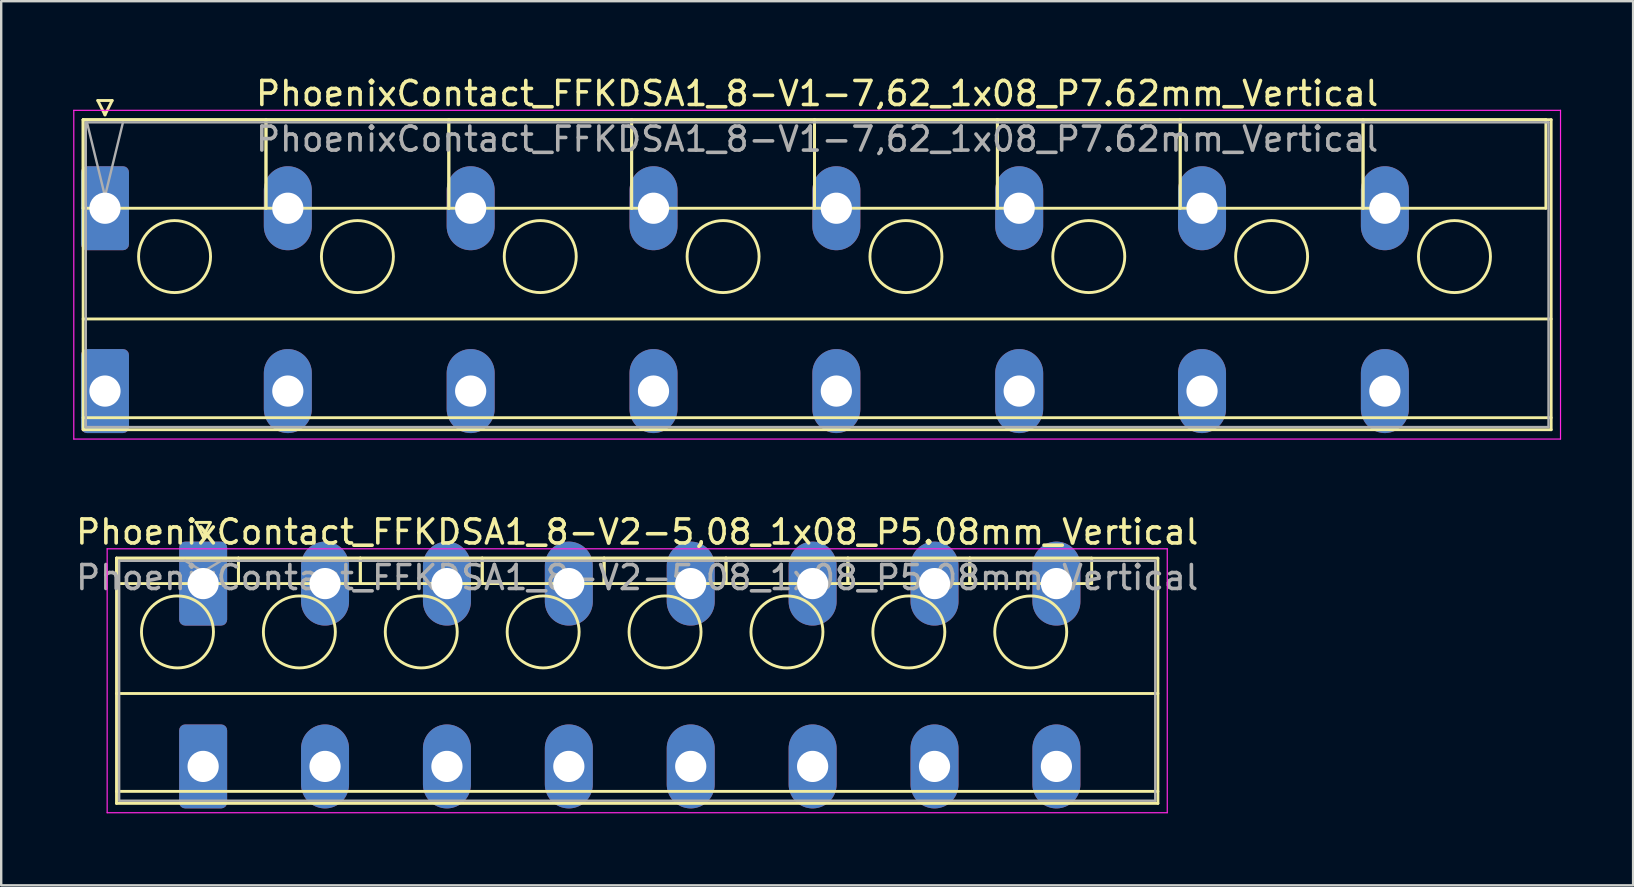
<source format=kicad_pcb>
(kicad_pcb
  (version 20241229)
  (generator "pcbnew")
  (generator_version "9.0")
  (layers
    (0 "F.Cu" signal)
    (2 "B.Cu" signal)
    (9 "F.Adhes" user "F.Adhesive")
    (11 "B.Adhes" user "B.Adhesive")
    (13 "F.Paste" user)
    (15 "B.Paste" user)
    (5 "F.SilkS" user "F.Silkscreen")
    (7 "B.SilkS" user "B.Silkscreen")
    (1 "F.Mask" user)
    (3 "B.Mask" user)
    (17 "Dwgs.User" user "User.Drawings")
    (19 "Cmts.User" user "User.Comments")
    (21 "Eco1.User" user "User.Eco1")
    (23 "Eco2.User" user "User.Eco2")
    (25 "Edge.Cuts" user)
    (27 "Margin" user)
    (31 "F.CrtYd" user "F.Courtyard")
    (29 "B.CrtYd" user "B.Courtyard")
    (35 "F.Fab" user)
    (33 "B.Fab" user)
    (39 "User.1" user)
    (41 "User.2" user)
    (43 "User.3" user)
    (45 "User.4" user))
  (footprint "PhoenixContact_FFKDSA1_8-V1-7,62_1x08_P7.62mm_Vertical"
    (layer "F.Cu")
    (at 1.325 5.628)
    (property "Reference" "PhoenixContact_FFKDSA1_8-V1-7,62_1x08_P7.62mm_Vertical" (at 29.68 -4.78 0) (layer "F.SilkS") (effects (font (size 1 1) (thickness 0.15))))
    (attr through_hole)
    (fp_line (start -0.91 -3.69) (end -0.91 0) (stroke (width 0.12) (type solid)) (layer "F.SilkS"))
    (fp_line (start -0.91 -3.69) (end -0.91 9.23) (stroke (width 0.12) (type solid)) (layer "F.SilkS"))
    (fp_line (start -0.91 0) (end 6.71 0) (stroke (width 0.12) (type solid)) (layer "F.SilkS"))
    (fp_line (start -0.91 4.615) (end 60.27 4.615) (stroke (width 0.12) (type solid)) (layer "F.SilkS"))
    (fp_line (start -0.91 8.73) (end 60.27 8.73) (stroke (width 0.12) (type solid)) (layer "F.SilkS"))
    (fp_line (start -0.91 9.23) (end 60.27 9.23) (stroke (width 0.12) (type solid)) (layer "F.SilkS"))
    (fp_line (start -0.3 -4.49) (end 0.3 -4.49) (stroke (width 0.12) (type solid)) (layer "F.SilkS"))
    (fp_line (start 0 -3.89) (end -0.3 -4.49) (stroke (width 0.12) (type solid)) (layer "F.SilkS"))
    (fp_line (start 0.3 -4.49) (end 0 -3.89) (stroke (width 0.12) (type solid)) (layer "F.SilkS"))
    (fp_line (start 6.71 -3.69) (end -0.91 -3.69) (stroke (width 0.12) (type solid)) (layer "F.SilkS"))
    (fp_line (start 6.71 -3.69) (end 6.71 0) (stroke (width 0.12) (type solid)) (layer "F.SilkS"))
    (fp_line (start 6.71 0) (end 6.71 -3.69) (stroke (width 0.12) (type solid)) (layer "F.SilkS"))
    (fp_line (start 6.71 0) (end 14.33 0) (stroke (width 0.12) (type solid)) (layer "F.SilkS"))
    (fp_line (start 14.33 -3.69) (end 6.71 -3.69) (stroke (width 0.12) (type solid)) (layer "F.SilkS"))
    (fp_line (start 14.33 -3.69) (end 14.33 0) (stroke (width 0.12) (type solid)) (layer "F.SilkS"))
    (fp_line (start 14.33 0) (end 14.33 -3.69) (stroke (width 0.12) (type solid)) (layer "F.SilkS"))
    (fp_line (start 14.33 0) (end 21.95 0) (stroke (width 0.12) (type solid)) (layer "F.SilkS"))
    (fp_line (start 21.95 -3.69) (end 14.33 -3.69) (stroke (width 0.12) (type solid)) (layer "F.SilkS"))
    (fp_line (start 21.95 -3.69) (end 21.95 0) (stroke (width 0.12) (type solid)) (layer "F.SilkS"))
    (fp_line (start 21.95 0) (end 21.95 -3.69) (stroke (width 0.12) (type solid)) (layer "F.SilkS"))
    (fp_line (start 21.95 0) (end 29.57 0) (stroke (width 0.12) (type solid)) (layer "F.SilkS"))
    (fp_line (start 29.57 -3.69) (end 21.95 -3.69) (stroke (width 0.12) (type solid)) (layer "F.SilkS"))
    (fp_line (start 29.57 -3.69) (end 29.57 0) (stroke (width 0.12) (type solid)) (layer "F.SilkS"))
    (fp_line (start 29.57 0) (end 29.57 -3.69) (stroke (width 0.12) (type solid)) (layer "F.SilkS"))
    (fp_line (start 29.57 0) (end 37.19 0) (stroke (width 0.12) (type solid)) (layer "F.SilkS"))
    (fp_line (start 37.19 -3.69) (end 29.57 -3.69) (stroke (width 0.12) (type solid)) (layer "F.SilkS"))
    (fp_line (start 37.19 -3.69) (end 37.19 0) (stroke (width 0.12) (type solid)) (layer "F.SilkS"))
    (fp_line (start 37.19 0) (end 37.19 -3.69) (stroke (width 0.12) (type solid)) (layer "F.SilkS"))
    (fp_line (start 37.19 0) (end 44.81 0) (stroke (width 0.12) (type solid)) (layer "F.SilkS"))
    (fp_line (start 44.81 -3.69) (end 37.19 -3.69) (stroke (width 0.12) (type solid)) (layer "F.SilkS"))
    (fp_line (start 44.81 -3.69) (end 44.81 0) (stroke (width 0.12) (type solid)) (layer "F.SilkS"))
    (fp_line (start 44.81 0) (end 44.81 -3.69) (stroke (width 0.12) (type solid)) (layer "F.SilkS"))
    (fp_line (start 44.81 0) (end 52.43 0) (stroke (width 0.12) (type solid)) (layer "F.SilkS"))
    (fp_line (start 52.43 -3.69) (end 44.81 -3.69) (stroke (width 0.12) (type solid)) (layer "F.SilkS"))
    (fp_line (start 52.43 -3.69) (end 52.43 0) (stroke (width 0.12) (type solid)) (layer "F.SilkS"))
    (fp_line (start 52.43 0) (end 52.43 -3.69) (stroke (width 0.12) (type solid)) (layer "F.SilkS"))
    (fp_line (start 52.43 0) (end 60.05 0) (stroke (width 0.12) (type solid)) (layer "F.SilkS"))
    (fp_line (start 60.05 -3.69) (end 52.43 -3.69) (stroke (width 0.12) (type solid)) (layer "F.SilkS"))
    (fp_line (start 60.05 0) (end 60.05 -3.69) (stroke (width 0.12) (type solid)) (layer "F.SilkS"))
    (fp_line (start 60.27 -3.69) (end -0.91 -3.69) (stroke (width 0.12) (type solid)) (layer "F.SilkS"))
    (fp_line (start 60.27 9.23) (end 60.27 -3.69) (stroke (width 0.12) (type solid)) (layer "F.SilkS"))
    (fp_circle (center 2.9 2.015) (end 4.4 2.015) (stroke (width 0.12) (type solid)) (fill no) (layer "F.SilkS"))
    (fp_circle (center 10.52 2.015) (end 12.02 2.015) (stroke (width 0.12) (type solid)) (fill no) (layer "F.SilkS"))
    (fp_circle (center 18.14 2.015) (end 19.64 2.015) (stroke (width 0.12) (type solid)) (fill no) (layer "F.SilkS"))
    (fp_circle (center 25.76 2.015) (end 27.26 2.015) (stroke (width 0.12) (type solid)) (fill no) (layer "F.SilkS"))
    (fp_circle (center 33.38 2.015) (end 34.88 2.015) (stroke (width 0.12) (type solid)) (fill no) (layer "F.SilkS"))
    (fp_circle (center 41 2.015) (end 42.5 2.015) (stroke (width 0.12) (type solid)) (fill no) (layer "F.SilkS"))
    (fp_circle (center 48.62 2.015) (end 50.12 2.015) (stroke (width 0.12) (type solid)) (fill no) (layer "F.SilkS"))
    (fp_circle (center 56.24 2.015) (end 57.74 2.015) (stroke (width 0.12) (type solid)) (fill no) (layer "F.SilkS"))
    (fp_line (start -1.3 -4.08) (end -1.3 9.62) (stroke (width 0.05) (type solid)) (layer "F.CrtYd"))
    (fp_line (start -1.3 9.62) (end 60.66 9.62) (stroke (width 0.05) (type solid)) (layer "F.CrtYd"))
    (fp_line (start 60.66 -4.08) (end -1.3 -4.08) (stroke (width 0.05) (type solid)) (layer "F.CrtYd"))
    (fp_line (start 60.66 9.62) (end 60.66 -4.08) (stroke (width 0.05) (type solid)) (layer "F.CrtYd"))
    (fp_line (start -0.8 -3.58) (end -0.8 9.12) (stroke (width 0.1) (type solid)) (layer "F.Fab"))
    (fp_line (start -0.8 9.12) (end 60.16 9.12) (stroke (width 0.1) (type solid)) (layer "F.Fab"))
    (fp_line (start 0 -0.5) (end -0.75 -3.58) (stroke (width 0.1) (type solid)) (layer "F.Fab"))
    (fp_line (start 0.75 -3.58) (end 0 -0.5) (stroke (width 0.1) (type solid)) (layer "F.Fab"))
    (fp_line (start 60.16 -3.58) (end -0.8 -3.58) (stroke (width 0.1) (type solid)) (layer "F.Fab"))
    (fp_line (start 60.16 9.12) (end 60.16 -3.58) (stroke (width 0.1) (type solid)) (layer "F.Fab"))
    (fp_text user "${REFERENCE}" (at 29.68 -2.88 0) (layer "F.Fab") (effects (font (size 1 1) (thickness 0.15))))
    (pad "1" thru_hole roundrect (at 0 0) (size 2 3.5) (drill 1.3) (layers "*.Cu" "*.Mask") (roundrect_rratio 0.125))
    (pad "1" thru_hole roundrect (at 0 7.62) (size 2 3.5) (drill 1.3) (layers "*.Cu" "*.Mask") (roundrect_rratio 0.125))
    (pad "2" thru_hole oval (at 7.62 0) (size 2 3.5) (drill 1.3) (layers "*.Cu" "*.Mask"))
    (pad "2" thru_hole oval (at 7.62 7.62) (size 2 3.5) (drill 1.3) (layers "*.Cu" "*.Mask"))
    (pad "3" thru_hole oval (at 15.24 0) (size 2 3.5) (drill 1.3) (layers "*.Cu" "*.Mask"))
    (pad "3" thru_hole oval (at 15.24 7.62) (size 2 3.5) (drill 1.3) (layers "*.Cu" "*.Mask"))
    (pad "4" thru_hole oval (at 22.86 0) (size 2 3.5) (drill 1.3) (layers "*.Cu" "*.Mask"))
    (pad "4" thru_hole oval (at 22.86 7.62) (size 2 3.5) (drill 1.3) (layers "*.Cu" "*.Mask"))
    (pad "5" thru_hole oval (at 30.48 0) (size 2 3.5) (drill 1.3) (layers "*.Cu" "*.Mask"))
    (pad "5" thru_hole oval (at 30.48 7.62) (size 2 3.5) (drill 1.3) (layers "*.Cu" "*.Mask"))
    (pad "6" thru_hole oval (at 38.1 0) (size 2 3.5) (drill 1.3) (layers "*.Cu" "*.Mask"))
    (pad "6" thru_hole oval (at 38.1 7.62) (size 2 3.5) (drill 1.3) (layers "*.Cu" "*.Mask"))
    (pad "7" thru_hole oval (at 45.72 0) (size 2 3.5) (drill 1.3) (layers "*.Cu" "*.Mask"))
    (pad "7" thru_hole oval (at 45.72 7.62) (size 2 3.5) (drill 1.3) (layers "*.Cu" "*.Mask"))
    (pad "8" thru_hole oval (at 53.34 0) (size 2 3.5) (drill 1.3) (layers "*.Cu" "*.Mask"))
    (pad "8" thru_hole oval (at 53.34 7.62) (size 2 3.5) (drill 1.3) (layers "*.Cu" "*.Mask")))
  (footprint "PhoenixContact_FFKDSA1_8-V2-5,08_1x08_P5.08mm_Vertical"
    (layer "F.Cu")
    (at 5.416 21.271)
    (property "Reference" "PhoenixContact_FFKDSA1_8-V2-5,08_1x08_P5.08mm_Vertical" (at 18.09 -2.15 0) (layer "F.SilkS") (effects (font (size 1 1) (thickness 0.15))))
    (attr through_hole)
    (fp_line (start -3.61 -1.06) (end -3.61 0) (stroke (width 0.12) (type solid)) (layer "F.SilkS"))
    (fp_line (start -3.61 -1.06) (end -3.61 9.16) (stroke (width 0.12) (type solid)) (layer "F.SilkS"))
    (fp_line (start -3.61 0) (end 1.47 0) (stroke (width 0.12) (type solid)) (layer "F.SilkS"))
    (fp_line (start -3.61 4.58) (end 39.79 4.58) (stroke (width 0.12) (type solid)) (layer "F.SilkS"))
    (fp_line (start -3.61 8.66) (end 39.79 8.66) (stroke (width 0.12) (type solid)) (layer "F.SilkS"))
    (fp_line (start -3.61 9.16) (end 39.79 9.16) (stroke (width 0.12) (type solid)) (layer "F.SilkS"))
    (fp_line (start -0.3 -2.55) (end 0.3 -2.55) (stroke (width 0.12) (type solid)) (layer "F.SilkS"))
    (fp_line (start 0 -1.95) (end -0.3 -2.55) (stroke (width 0.12) (type solid)) (layer "F.SilkS"))
    (fp_line (start 0.3 -2.55) (end 0 -1.95) (stroke (width 0.12) (type solid)) (layer "F.SilkS"))
    (fp_line (start 1.47 -1.06) (end -3.61 -1.06) (stroke (width 0.12) (type solid)) (layer "F.SilkS"))
    (fp_line (start 1.47 -1.06) (end 1.47 0) (stroke (width 0.12) (type solid)) (layer "F.SilkS"))
    (fp_line (start 1.47 0) (end 1.47 -1.06) (stroke (width 0.12) (type solid)) (layer "F.SilkS"))
    (fp_line (start 1.47 0) (end 6.55 0) (stroke (width 0.12) (type solid)) (layer "F.SilkS"))
    (fp_line (start 6.55 -1.06) (end 1.47 -1.06) (stroke (width 0.12) (type solid)) (layer "F.SilkS"))
    (fp_line (start 6.55 -1.06) (end 6.55 0) (stroke (width 0.12) (type solid)) (layer "F.SilkS"))
    (fp_line (start 6.55 0) (end 6.55 -1.06) (stroke (width 0.12) (type solid)) (layer "F.SilkS"))
    (fp_line (start 6.55 0) (end 11.63 0) (stroke (width 0.12) (type solid)) (layer "F.SilkS"))
    (fp_line (start 11.63 -1.06) (end 6.55 -1.06) (stroke (width 0.12) (type solid)) (layer "F.SilkS"))
    (fp_line (start 11.63 -1.06) (end 11.63 0) (stroke (width 0.12) (type solid)) (layer "F.SilkS"))
    (fp_line (start 11.63 0) (end 11.63 -1.06) (stroke (width 0.12) (type solid)) (layer "F.SilkS"))
    (fp_line (start 11.63 0) (end 16.71 0) (stroke (width 0.12) (type solid)) (layer "F.SilkS"))
    (fp_line (start 16.71 -1.06) (end 11.63 -1.06) (stroke (width 0.12) (type solid)) (layer "F.SilkS"))
    (fp_line (start 16.71 -1.06) (end 16.71 0) (stroke (width 0.12) (type solid)) (layer "F.SilkS"))
    (fp_line (start 16.71 0) (end 16.71 -1.06) (stroke (width 0.12) (type solid)) (layer "F.SilkS"))
    (fp_line (start 16.71 0) (end 21.79 0) (stroke (width 0.12) (type solid)) (layer "F.SilkS"))
    (fp_line (start 21.79 -1.06) (end 16.71 -1.06) (stroke (width 0.12) (type solid)) (layer "F.SilkS"))
    (fp_line (start 21.79 -1.06) (end 21.79 0) (stroke (width 0.12) (type solid)) (layer "F.SilkS"))
    (fp_line (start 21.79 0) (end 21.79 -1.06) (stroke (width 0.12) (type solid)) (layer "F.SilkS"))
    (fp_line (start 21.79 0) (end 26.87 0) (stroke (width 0.12) (type solid)) (layer "F.SilkS"))
    (fp_line (start 26.87 -1.06) (end 21.79 -1.06) (stroke (width 0.12) (type solid)) (layer "F.SilkS"))
    (fp_line (start 26.87 -1.06) (end 26.87 0) (stroke (width 0.12) (type solid)) (layer "F.SilkS"))
    (fp_line (start 26.87 0) (end 26.87 -1.06) (stroke (width 0.12) (type solid)) (layer "F.SilkS"))
    (fp_line (start 26.87 0) (end 31.95 0) (stroke (width 0.12) (type solid)) (layer "F.SilkS"))
    (fp_line (start 31.95 -1.06) (end 26.87 -1.06) (stroke (width 0.12) (type solid)) (layer "F.SilkS"))
    (fp_line (start 31.95 -1.06) (end 31.95 0) (stroke (width 0.12) (type solid)) (layer "F.SilkS"))
    (fp_line (start 31.95 0) (end 31.95 -1.06) (stroke (width 0.12) (type solid)) (layer "F.SilkS"))
    (fp_line (start 31.95 0) (end 37.03 0) (stroke (width 0.12) (type solid)) (layer "F.SilkS"))
    (fp_line (start 37.03 -1.06) (end 31.95 -1.06) (stroke (width 0.12) (type solid)) (layer "F.SilkS"))
    (fp_line (start 37.03 0) (end 37.03 -1.06) (stroke (width 0.12) (type solid)) (layer "F.SilkS"))
    (fp_line (start 39.79 -1.06) (end -3.61 -1.06) (stroke (width 0.12) (type solid)) (layer "F.SilkS"))
    (fp_line (start 39.79 9.16) (end 39.79 -1.06) (stroke (width 0.12) (type solid)) (layer "F.SilkS"))
    (fp_circle (center -1.07 2.015) (end 0.43 2.015) (stroke (width 0.12) (type solid)) (fill no) (layer "F.SilkS"))
    (fp_circle (center 4.01 2.015) (end 5.51 2.015) (stroke (width 0.12) (type solid)) (fill no) (layer "F.SilkS"))
    (fp_circle (center 9.09 2.015) (end 10.59 2.015) (stroke (width 0.12) (type solid)) (fill no) (layer "F.SilkS"))
    (fp_circle (center 14.17 2.015) (end 15.67 2.015) (stroke (width 0.12) (type solid)) (fill no) (layer "F.SilkS"))
    (fp_circle (center 19.25 2.015) (end 20.75 2.015) (stroke (width 0.12) (type solid)) (fill no) (layer "F.SilkS"))
    (fp_circle (center 24.33 2.015) (end 25.83 2.015) (stroke (width 0.12) (type solid)) (fill no) (layer "F.SilkS"))
    (fp_circle (center 29.41 2.015) (end 30.91 2.015) (stroke (width 0.12) (type solid)) (fill no) (layer "F.SilkS"))
    (fp_circle (center 34.49 2.015) (end 35.99 2.015) (stroke (width 0.12) (type solid)) (fill no) (layer "F.SilkS"))
    (fp_line (start -4 -1.45) (end -4 9.55) (stroke (width 0.05) (type solid)) (layer "F.CrtYd"))
    (fp_line (start -4 9.55) (end 40.18 9.55) (stroke (width 0.05) (type solid)) (layer "F.CrtYd"))
    (fp_line (start 40.18 -1.45) (end -4 -1.45) (stroke (width 0.05) (type solid)) (layer "F.CrtYd"))
    (fp_line (start 40.18 9.55) (end 40.18 -1.45) (stroke (width 0.05) (type solid)) (layer "F.CrtYd"))
    (fp_line (start -3.5 -0.95) (end -3.5 9.05) (stroke (width 0.1) (type solid)) (layer "F.Fab"))
    (fp_line (start -3.5 9.05) (end 39.68 9.05) (stroke (width 0.1) (type solid)) (layer "F.Fab"))
    (fp_line (start 0 -0.5) (end -0.75 -0.95) (stroke (width 0.1) (type solid)) (layer "F.Fab"))
    (fp_line (start 0.75 -0.95) (end 0 -0.5) (stroke (width 0.1) (type solid)) (layer "F.Fab"))
    (fp_line (start 39.68 -0.95) (end -3.5 -0.95) (stroke (width 0.1) (type solid)) (layer "F.Fab"))
    (fp_line (start 39.68 9.05) (end 39.68 -0.95) (stroke (width 0.1) (type solid)) (layer "F.Fab"))
    (fp_text user "${REFERENCE}" (at 18.09 -0.25 0) (layer "F.Fab") (effects (font (size 1 1) (thickness 0.15))))
    (pad "1" thru_hole roundrect (at 0 0) (size 2 3.5) (drill 1.3) (layers "*.Cu" "*.Mask") (roundrect_rratio 0.125))
    (pad "1" thru_hole roundrect (at 0 7.62) (size 2 3.5) (drill 1.3) (layers "*.Cu" "*.Mask") (roundrect_rratio 0.125))
    (pad "2" thru_hole oval (at 5.08 0) (size 2 3.5) (drill 1.3) (layers "*.Cu" "*.Mask"))
    (pad "2" thru_hole oval (at 5.08 7.62) (size 2 3.5) (drill 1.3) (layers "*.Cu" "*.Mask"))
    (pad "3" thru_hole oval (at 10.16 0) (size 2 3.5) (drill 1.3) (layers "*.Cu" "*.Mask"))
    (pad "3" thru_hole oval (at 10.16 7.62) (size 2 3.5) (drill 1.3) (layers "*.Cu" "*.Mask"))
    (pad "4" thru_hole oval (at 15.24 0) (size 2 3.5) (drill 1.3) (layers "*.Cu" "*.Mask"))
    (pad "4" thru_hole oval (at 15.24 7.62) (size 2 3.5) (drill 1.3) (layers "*.Cu" "*.Mask"))
    (pad "5" thru_hole oval (at 20.32 0) (size 2 3.5) (drill 1.3) (layers "*.Cu" "*.Mask"))
    (pad "5" thru_hole oval (at 20.32 7.62) (size 2 3.5) (drill 1.3) (layers "*.Cu" "*.Mask"))
    (pad "6" thru_hole oval (at 25.4 0) (size 2 3.5) (drill 1.3) (layers "*.Cu" "*.Mask"))
    (pad "6" thru_hole oval (at 25.4 7.62) (size 2 3.5) (drill 1.3) (layers "*.Cu" "*.Mask"))
    (pad "7" thru_hole oval (at 30.48 0) (size 2 3.5) (drill 1.3) (layers "*.Cu" "*.Mask"))
    (pad "7" thru_hole oval (at 30.48 7.62) (size 2 3.5) (drill 1.3) (layers "*.Cu" "*.Mask"))
    (pad "8" thru_hole oval (at 35.56 0) (size 2 3.5) (drill 1.3) (layers "*.Cu" "*.Mask"))
    (pad "8" thru_hole oval (at 35.56 7.62) (size 2 3.5) (drill 1.3) (layers "*.Cu" "*.Mask")))
  (gr_rect
    (start -3 -3)
    (end 65.01 33.846)
    (stroke (width 0.1) (type default))
    (fill no)
    (layer "Edge.Cuts")))
</source>
